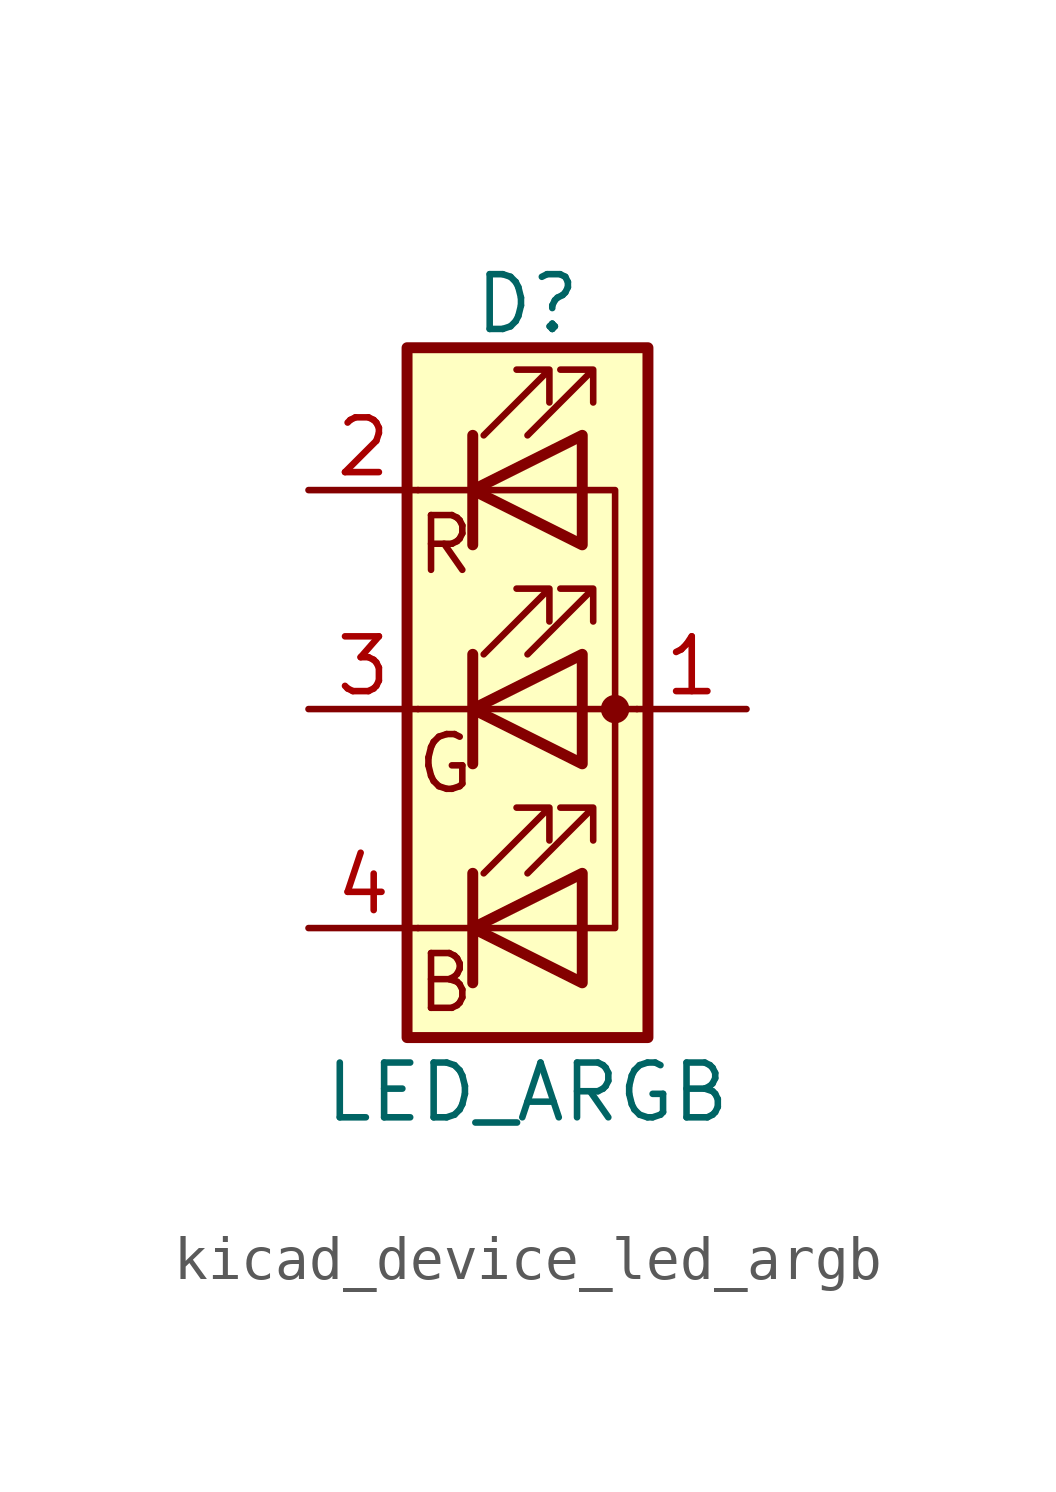
<source format=kicad_sym>
(kicad_symbol_lib
  (version 20220914)
  (generator kicad_symbol_editor)
  (symbol "kicad_device_led_argb"
    (pin_names
      (offset 0) hide)
    (property "Reference" "D"
      (at 0 9.398 0)
      (effects (font (size 1.27 1.27))))
    (property "Value" "LED_ARGB"
      (at 0 -8.89 0)
      (effects (font (size 1.27 1.27))))
    (symbol "kicad_device_led_argb_0_0"
      (text "B" (at -1.905 -6.35 0) (effects (font (size 1.27 1.27))))
      (text "G" (at -1.905 -1.27 0) (effects (font (size 1.27 1.27))))
      (text "R" (at -1.905 3.81 0) (effects (font (size 1.27 1.27)))))
    (symbol "kicad_device_led_argb_0_1"
      (polyline (pts (xy -1.27 -5.08) (xy -2.54 -5.08)) (stroke (width 0) (type default)) (fill (type none)))
      (polyline (pts (xy -1.27 -5.08) (xy 1.27 -5.08)) (stroke (width 0) (type default)) (fill (type none)))
      (polyline (pts (xy -1.27 -3.81) (xy -1.27 -6.35)) (stroke (width 0.254) (type default)) (fill (type none)))
      (polyline (pts (xy -1.27 0) (xy -2.54 0)) (stroke (width 0) (type default)) (fill (type none)))
      (polyline (pts (xy -1.27 1.27) (xy -1.27 -1.27)) (stroke (width 0.254) (type default)) (fill (type none)))
      (polyline (pts (xy -1.27 5.08) (xy -2.54 5.08)) (stroke (width 0) (type default)) (fill (type none)))
      (polyline (pts (xy -1.27 5.08) (xy 1.27 5.08)) (stroke (width 0) (type default)) (fill (type none)))
      (polyline (pts (xy -1.27 6.35) (xy -1.27 3.81)) (stroke (width 0.254) (type default)) (fill (type none)))
      (polyline (pts (xy 1.27 0) (xy -1.27 0)) (stroke (width 0) (type default)) (fill (type none)))
      (polyline (pts (xy 1.27 0) (xy 2.54 0)) (stroke (width 0) (type default)) (fill (type none)))
      (polyline (pts (xy -1.27 1.27) (xy -1.27 -1.27) (xy -1.27 -1.27)) (stroke (width 0) (type default)) (fill (type none)))
      (polyline (pts (xy -1.27 6.35) (xy -1.27 3.81) (xy -1.27 3.81)) (stroke (width 0) (type default)) (fill (type none)))
      (polyline (pts (xy 1.27 -5.08) (xy 2.032 -5.08) (xy 2.032 5.08) (xy 1.27 5.08)) (stroke (width 0) (type default)) (fill (type none)))
      (polyline (pts (xy 1.27 -3.81) (xy 1.27 -6.35) (xy -1.27 -5.08) (xy 1.27 -3.81)) (stroke (width 0.254) (type default)) (fill (type none)))
      (polyline (pts (xy 1.27 1.27) (xy 1.27 -1.27) (xy -1.27 0) (xy 1.27 1.27)) (stroke (width 0.254) (type default)) (fill (type none)))
      (polyline (pts (xy 1.27 6.35) (xy 1.27 3.81) (xy -1.27 5.08) (xy 1.27 6.35)) (stroke (width 0.254) (type default)) (fill (type none)))
      (polyline (pts (xy -1.016 -3.81) (xy 0.508 -2.286) (xy -0.254 -2.286) (xy 0.508 -2.286) (xy 0.508 -3.048)) (stroke (width 0) (type default)) (fill (type none)))
      (polyline (pts (xy -1.016 1.27) (xy 0.508 2.794) (xy -0.254 2.794) (xy 0.508 2.794) (xy 0.508 2.032)) (stroke (width 0) (type default)) (fill (type none)))
      (polyline (pts (xy -1.016 6.35) (xy 0.508 7.874) (xy -0.254 7.874) (xy 0.508 7.874) (xy 0.508 7.112)) (stroke (width 0) (type default)) (fill (type none)))
      (polyline (pts (xy 0 -3.81) (xy 1.524 -2.286) (xy 0.762 -2.286) (xy 1.524 -2.286) (xy 1.524 -3.048)) (stroke (width 0) (type default)) (fill (type none)))
      (polyline (pts (xy 0 1.27) (xy 1.524 2.794) (xy 0.762 2.794) (xy 1.524 2.794) (xy 1.524 2.032)) (stroke (width 0) (type default)) (fill (type none)))
      (polyline (pts (xy 0 6.35) (xy 1.524 7.874) (xy 0.762 7.874) (xy 1.524 7.874) (xy 1.524 7.112)) (stroke (width 0) (type default)) (fill (type none)))
      (rectangle (start 1.27 -1.27) (end 1.27 1.27) (stroke (width 0) (type default)) (fill (type none)))
      (rectangle (start 1.27 1.27) (end 1.27 1.27) (stroke (width 0) (type default)) (fill (type none)))
      (rectangle (start 1.27 3.81) (end 1.27 6.35) (stroke (width 0) (type default)) (fill (type none)))
      (rectangle (start 1.27 6.35) (end 1.27 6.35) (stroke (width 0) (type default)) (fill (type none)))
      (circle (center 2.032 0) (radius 0.254) (stroke (width 0) (type default)) (fill (type outline)))
      (rectangle (start 2.794 8.382) (end -2.794 -7.62) (stroke (width 0.254) (type default)) (fill (type background))))
    (symbol "kicad_device_led_argb_1_1"
      (pin passive line (at 5.08 0 180) (length 2.54) (name "A" (effects (font (size 1.27 1.27)))) (number "1" (effects (font (size 1.27 1.27)))))
      (pin passive line (at -5.08 5.08 0) (length 2.54) (name "RK" (effects (font (size 1.27 1.27)))) (number "2" (effects (font (size 1.27 1.27)))))
      (pin passive line (at -5.08 0 0) (length 2.54) (name "GK" (effects (font (size 1.27 1.27)))) (number "3" (effects (font (size 1.27 1.27)))))
      (pin passive line (at -5.08 -5.08 0) (length 2.54) (name "BK" (effects (font (size 1.27 1.27)))) (number "4" (effects (font (size 1.27 1.27))))))))
</source>
